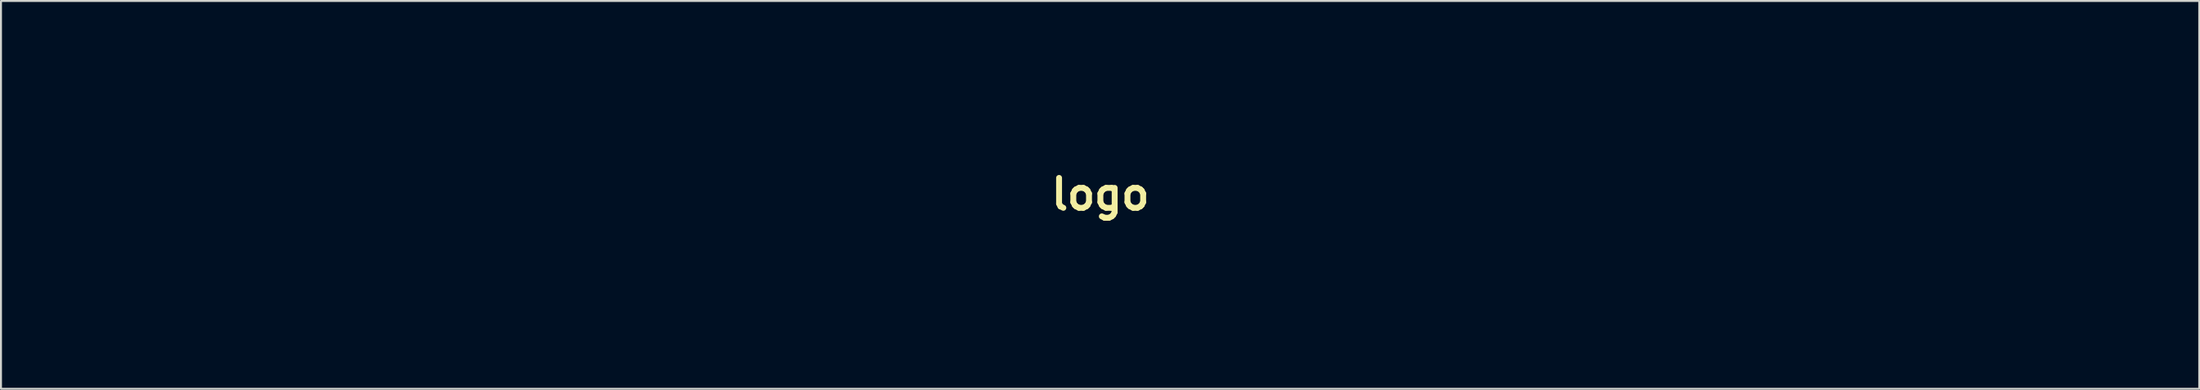
<source format=kicad_pcb>
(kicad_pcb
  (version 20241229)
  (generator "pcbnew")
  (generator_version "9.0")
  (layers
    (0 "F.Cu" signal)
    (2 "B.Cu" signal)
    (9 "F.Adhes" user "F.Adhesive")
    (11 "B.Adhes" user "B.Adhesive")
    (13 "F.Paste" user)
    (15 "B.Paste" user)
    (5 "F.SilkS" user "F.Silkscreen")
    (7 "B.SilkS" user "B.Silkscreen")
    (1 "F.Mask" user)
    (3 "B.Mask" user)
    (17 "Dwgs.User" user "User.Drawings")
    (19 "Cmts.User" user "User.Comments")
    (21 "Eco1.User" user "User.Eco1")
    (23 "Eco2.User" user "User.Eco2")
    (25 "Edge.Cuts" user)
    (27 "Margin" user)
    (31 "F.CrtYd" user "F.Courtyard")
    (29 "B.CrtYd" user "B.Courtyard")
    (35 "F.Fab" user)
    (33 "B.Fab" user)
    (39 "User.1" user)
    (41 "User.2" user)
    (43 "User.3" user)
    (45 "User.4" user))
  (footprint "logo"
    (layer "F.Cu")
    (at 52.99 6.851)
    (property "Reference" "logo" (at 0 0 0) (layer "F.SilkS") (effects (font (size 1.524 1.524) (thickness 0.3))))
    (attr through_hole)
    (fp_poly (pts (xy 33.08 -1.068) (xy 33.741 -1.066) (xy 34.383 -1.064) (xy 34.998 -1.062) (xy 35.579 -1.058) (xy 36.117 -1.054) (xy 36.604 -1.05) (xy 37.032 -1.044) (xy 37.393 -1.038) (xy 37.68 -1.031) (xy 37.884 -1.024) (xy 37.996 -1.016) (xy 38.012 -1.013) (xy 38.242 -0.905) (xy 38.46 -0.725) (xy 38.634 -0.5) (xy 38.667 -0.442) (xy 38.743 -0.213) (xy 38.766 0.043) (xy 38.734 0.281) (xy 38.691 0.391) (xy 38.549 0.587) (xy 38.339 0.782) (xy 38.091 0.95) (xy 38.049 0.972) (xy 37.821 1.092) (xy 32.258 1.103) (xy 31.386 1.104) (xy 30.61 1.106) (xy 29.923 1.106) (xy 29.321 1.107) (xy 28.796 1.106) (xy 28.344 1.105) (xy 27.959 1.104) (xy 27.634 1.101) (xy 27.363 1.097) (xy 27.142 1.093) (xy 26.963 1.087) (xy 26.822 1.08) (xy 26.711 1.072) (xy 26.626 1.062) (xy 26.561 1.051) (xy 26.509 1.038) (xy 26.465 1.024) (xy 26.441 1.015) (xy 26.12 0.847) (xy 25.866 0.624) (xy 25.709 0.39) (xy 25.621 0.134) (xy 25.619 -0.113) (xy 25.702 -0.378) (xy 25.734 -0.446) (xy 25.919 -0.731) (xy 26.145 -0.924) (xy 26.354 -1.014) (xy 26.435 -1.022) (xy 26.609 -1.03) (xy 26.869 -1.037) (xy 27.206 -1.043) (xy 27.613 -1.048) (xy 28.081 -1.053) (xy 28.603 -1.058) (xy 29.171 -1.061) (xy 29.775 -1.064) (xy 30.409 -1.066) (xy 31.065 -1.067) (xy 31.734 -1.068) (xy 32.408 -1.068) (xy 33.08 -1.068)) (stroke (width 0.01) (type solid)) (fill yes) (layer "F.Mask"))
    (fp_poly (pts (xy 13.289 -6.498) (xy 13.574 -6.392) (xy 13.852 -6.189) (xy 13.929 -6.113) (xy 14.018 -6.019) (xy 14.091 -5.931) (xy 14.148 -5.838) (xy 14.192 -5.729) (xy 14.224 -5.592) (xy 14.247 -5.416) (xy 14.262 -5.189) (xy 14.27 -4.9) (xy 14.274 -4.538) (xy 14.275 -4.091) (xy 14.275 -3.86) (xy 14.275 -3.393) (xy 14.277 -3.016) (xy 14.281 -2.719) (xy 14.287 -2.49) (xy 14.297 -2.319) (xy 14.309 -2.195) (xy 14.326 -2.106) (xy 14.347 -2.042) (xy 14.359 -2.017) (xy 14.42 -1.929) (xy 14.54 -1.784) (xy 14.706 -1.597) (xy 14.905 -1.382) (xy 15.109 -1.168) (xy 15.421 -0.838) (xy 15.662 -0.563) (xy 15.837 -0.336) (xy 15.952 -0.152) (xy 16.129 0.178) (xy 16.143 2.816) (xy 16.146 3.505) (xy 16.146 4.096) (xy 16.144 4.591) (xy 16.139 4.996) (xy 16.131 5.312) (xy 16.12 5.543) (xy 16.107 5.693) (xy 16.1 5.732) (xy 15.99 6.02) (xy 15.792 6.283) (xy 15.518 6.513) (xy 15.18 6.698) (xy 14.791 6.827) (xy 14.778 6.831) (xy 14.412 6.887) (xy 14.008 6.9) (xy 13.616 6.87) (xy 13.4 6.83) (xy 12.987 6.689) (xy 12.628 6.485) (xy 12.43 6.319) (xy 12.374 6.267) (xy 12.324 6.223) (xy 12.279 6.181) (xy 12.24 6.136) (xy 12.206 6.082) (xy 12.177 6.013) (xy 12.152 5.923) (xy 12.13 5.807) (xy 12.113 5.659) (xy 12.098 5.473) (xy 12.086 5.244) (xy 12.077 4.965) (xy 12.07 4.632) (xy 12.065 4.237) (xy 12.061 3.776) (xy 12.058 3.242) (xy 12.056 2.631) (xy 12.054 1.936) (xy 12.053 1.151) (xy 12.051 0.271) (xy 12.05 0.178) (xy 12.048 -0.776) (xy 12.047 -1.632) (xy 12.047 -2.394) (xy 12.047 -3.066) (xy 12.049 -3.651) (xy 12.052 -4.154) (xy 12.055 -4.579) (xy 12.06 -4.928) (xy 12.066 -5.207) (xy 12.073 -5.418) (xy 12.081 -5.567) (xy 12.09 -5.655) (xy 12.094 -5.675) (xy 12.202 -5.913) (xy 12.379 -6.144) (xy 12.597 -6.337) (xy 12.718 -6.411) (xy 13.002 -6.504) (xy 13.289 -6.498)) (stroke (width 0.01) (type solid)) (fill yes) (layer "F.Mask"))
    (fp_poly (pts (xy -23.531 -6.533) (xy -23.261 -6.418) (xy -22.997 -6.201) (xy -22.94 -6.14) (xy -22.841 -6.027) (xy -22.76 -5.92) (xy -22.697 -5.809) (xy -22.648 -5.682) (xy -22.611 -5.526) (xy -22.586 -5.33) (xy -22.57 -5.083) (xy -22.561 -4.772) (xy -22.556 -4.386) (xy -22.555 -3.912) (xy -22.555 -3.799) (xy -22.555 -2.18) (xy -22.385 -1.915) (xy -22.295 -1.793) (xy -22.15 -1.615) (xy -21.963 -1.398) (xy -21.75 -1.16) (xy -21.547 -0.94) (xy -21.327 -0.707) (xy -21.146 -0.512) (xy -21.001 -0.342) (xy -20.887 -0.184) (xy -20.801 -0.024) (xy -20.737 0.149) (xy -20.693 0.35) (xy -20.665 0.591) (xy -20.647 0.885) (xy -20.637 1.246) (xy -20.63 1.685) (xy -20.625 2.057) (xy -20.618 2.522) (xy -20.611 2.896) (xy -20.605 3.191) (xy -20.597 3.417) (xy -20.587 3.585) (xy -20.574 3.707) (xy -20.558 3.794) (xy -20.538 3.856) (xy -20.512 3.905) (xy -20.484 3.946) (xy -20.273 4.176) (xy -19.974 4.4) (xy -19.71 4.553) (xy -19.431 4.699) (xy -15.748 4.724) (xy -14.996 4.73) (xy -14.34 4.736) (xy -13.776 4.742) (xy -13.298 4.749) (xy -12.902 4.757) (xy -12.582 4.765) (xy -12.334 4.774) (xy -12.152 4.784) (xy -12.031 4.795) (xy -11.967 4.808) (xy -11.958 4.811) (xy -11.833 4.909) (xy -11.687 5.061) (xy -11.552 5.231) (xy -11.462 5.373) (xy -11.362 5.664) (xy -11.361 5.946) (xy -11.456 6.211) (xy -11.646 6.455) (xy -11.929 6.672) (xy -12.055 6.744) (xy -12.319 6.883) (xy -16.891 6.895) (xy -17.678 6.897) (xy -18.371 6.898) (xy -18.975 6.899) (xy -19.497 6.899) (xy -19.943 6.899) (xy -20.321 6.897) (xy -20.637 6.894) (xy -20.896 6.89) (xy -21.107 6.885) (xy -21.275 6.879) (xy -21.407 6.871) (xy -21.51 6.861) (xy -21.59 6.85) (xy -21.653 6.837) (xy -21.707 6.822) (xy -21.737 6.812) (xy -21.816 6.78) (xy -21.898 6.737) (xy -21.99 6.675) (xy -22.102 6.587) (xy -22.242 6.464) (xy -22.418 6.299) (xy -22.639 6.086) (xy -22.914 5.815) (xy -23.251 5.481) (xy -23.278 5.454) (xy -23.661 5.07) (xy -23.974 4.75) (xy -24.222 4.489) (xy -24.41 4.283) (xy -24.541 4.125) (xy -24.621 4.013) (xy -24.643 3.971) (xy -24.659 3.931) (xy -24.673 3.884) (xy -24.686 3.826) (xy -24.697 3.749) (xy -24.706 3.646) (xy -24.714 3.513) (xy -24.721 3.342) (xy -24.726 3.127) (xy -24.73 2.861) (xy -24.733 2.539) (xy -24.736 2.154) (xy -24.737 1.7) (xy -24.739 1.17) (xy -24.739 0.558) (xy -24.74 -0.142) (xy -24.74 -0.937) (xy -24.74 -1.025) (xy -24.74 -1.848) (xy -24.74 -2.575) (xy -24.739 -3.213) (xy -24.738 -3.768) (xy -24.736 -4.246) (xy -24.732 -4.654) (xy -24.726 -4.996) (xy -24.718 -5.281) (xy -24.707 -5.513) (xy -24.692 -5.698) (xy -24.675 -5.844) (xy -24.653 -5.956) (xy -24.627 -6.041) (xy -24.596 -6.104) (xy -24.56 -6.152) (xy -24.518 -6.19) (xy -24.471 -6.226) (xy -24.417 -6.265) (xy -24.405 -6.274) (xy -24.101 -6.461) (xy -23.811 -6.547) (xy -23.531 -6.533)) (stroke (width 0.01) (type solid)) (fill yes) (layer "F.Mask"))
    (fp_poly (pts (xy 19.999 -6.8) (xy 20.719 -6.799) (xy 21.467 -6.797) (xy 21.644 -6.797) (xy 27.312 -6.782) (xy 27.613 -6.628) (xy 27.891 -6.442) (xy 28.093 -6.213) (xy 28.214 -5.955) (xy 28.246 -5.681) (xy 28.185 -5.405) (xy 28.163 -5.356) (xy 28.031 -5.16) (xy 27.831 -4.963) (xy 27.593 -4.791) (xy 27.441 -4.709) (xy 27.373 -4.68) (xy 27.301 -4.656) (xy 27.214 -4.637) (xy 27.101 -4.622) (xy 26.95 -4.61) (xy 26.75 -4.6) (xy 26.489 -4.592) (xy 26.157 -4.585) (xy 25.742 -4.578) (xy 25.425 -4.573) (xy 23.647 -4.547) (xy 23.454 -4.398) (xy 23.318 -4.275) (xy 23.166 -4.107) (xy 23.06 -3.971) (xy 22.86 -3.692) (xy 22.86 -2.936) (xy 22.862 -2.644) (xy 22.873 -2.406) (xy 22.9 -2.207) (xy 22.952 -2.03) (xy 23.036 -1.859) (xy 23.161 -1.678) (xy 23.333 -1.469) (xy 23.562 -1.217) (xy 23.796 -0.965) (xy 24.054 -0.687) (xy 24.248 -0.468) (xy 24.391 -0.294) (xy 24.491 -0.152) (xy 24.558 -0.029) (xy 24.59 0.045) (xy 24.612 0.108) (xy 24.631 0.174) (xy 24.647 0.251) (xy 24.659 0.349) (xy 24.669 0.476) (xy 24.676 0.641) (xy 24.68 0.853) (xy 24.683 1.121) (xy 24.684 1.454) (xy 24.683 1.86) (xy 24.681 2.349) (xy 24.678 2.93) (xy 24.678 3.016) (xy 24.675 3.609) (xy 24.671 4.108) (xy 24.668 4.523) (xy 24.664 4.863) (xy 24.659 5.136) (xy 24.652 5.35) (xy 24.644 5.515) (xy 24.634 5.639) (xy 24.621 5.73) (xy 24.606 5.798) (xy 24.587 5.851) (xy 24.564 5.898) (xy 24.553 5.918) (xy 24.394 6.146) (xy 24.176 6.372) (xy 23.933 6.564) (xy 23.789 6.65) (xy 23.421 6.789) (xy 22.996 6.876) (xy 22.546 6.907) (xy 22.101 6.879) (xy 21.952 6.854) (xy 21.606 6.746) (xy 21.294 6.559) (xy 21.017 6.303) (xy 20.942 6.225) (xy 20.876 6.158) (xy 20.818 6.096) (xy 20.768 6.033) (xy 20.726 5.961) (xy 20.69 5.874) (xy 20.66 5.766) (xy 20.635 5.63) (xy 20.616 5.459) (xy 20.601 5.248) (xy 20.59 4.988) (xy 20.582 4.675) (xy 20.577 4.3) (xy 20.574 3.859) (xy 20.573 3.343) (xy 20.573 2.747) (xy 20.573 2.064) (xy 20.573 1.287) (xy 20.573 1.11) (xy 20.573 0.326) (xy 20.572 -0.363) (xy 20.571 -0.964) (xy 20.57 -1.482) (xy 20.568 -1.924) (xy 20.565 -2.298) (xy 20.562 -2.608) (xy 20.557 -2.863) (xy 20.551 -3.067) (xy 20.545 -3.229) (xy 20.536 -3.353) (xy 20.526 -3.447) (xy 20.515 -3.518) (xy 20.501 -3.571) (xy 20.486 -3.613) (xy 20.477 -3.632) (xy 20.297 -3.947) (xy 20.07 -4.229) (xy 19.855 -4.419) (xy 19.644 -4.572) (xy 17.985 -4.572) (xy 17.481 -4.573) (xy 17.067 -4.577) (xy 16.731 -4.584) (xy 16.462 -4.598) (xy 16.248 -4.619) (xy 16.077 -4.648) (xy 15.938 -4.688) (xy 15.819 -4.74) (xy 15.708 -4.804) (xy 15.605 -4.876) (xy 15.351 -5.111) (xy 15.182 -5.38) (xy 15.102 -5.671) (xy 15.116 -5.97) (xy 15.16 -6.119) (xy 15.271 -6.33) (xy 15.425 -6.525) (xy 15.6 -6.681) (xy 15.77 -6.771) (xy 15.809 -6.781) (xy 15.881 -6.785) (xy 16.048 -6.788) (xy 16.304 -6.791) (xy 16.641 -6.794) (xy 17.052 -6.796) (xy 17.532 -6.798) (xy 18.074 -6.799) (xy 18.67 -6.8) (xy 19.314 -6.8) (xy 19.999 -6.8)) (stroke (width 0.01) (type solid)) (fill yes) (layer "F.Mask"))
    (fp_poly (pts (xy -42.24 -6.722) (xy -42.158 -6.661) (xy -42.014 -6.536) (xy -41.818 -6.357) (xy -41.58 -6.132) (xy -41.309 -5.87) (xy -41.015 -5.581) (xy -40.734 -5.3) (xy -40.381 -4.944) (xy -40.095 -4.651) (xy -39.867 -4.415) (xy -39.693 -4.227) (xy -39.563 -4.079) (xy -39.473 -3.965) (xy -39.415 -3.877) (xy -39.382 -3.806) (xy -39.375 -3.785) (xy -39.351 -3.638) (xy -39.334 -3.415) (xy -39.324 -3.143) (xy -39.321 -2.847) (xy -39.325 -2.553) (xy -39.336 -2.286) (xy -39.354 -2.074) (xy -39.375 -1.956) (xy -39.4 -1.891) (xy -39.448 -1.81) (xy -39.526 -1.707) (xy -39.639 -1.574) (xy -39.796 -1.403) (xy -40.002 -1.186) (xy -40.264 -0.917) (xy -40.59 -0.588) (xy -40.755 -0.421) (xy -41.124 -0.053) (xy -41.429 0.249) (xy -41.68 0.491) (xy -41.882 0.679) (xy -42.043 0.821) (xy -42.17 0.923) (xy -42.272 0.991) (xy -42.338 1.026) (xy -42.396 1.052) (xy -42.455 1.074) (xy -42.521 1.092) (xy -42.606 1.107) (xy -42.716 1.119) (xy -42.862 1.129) (xy -43.052 1.137) (xy -43.294 1.144) (xy -43.598 1.15) (xy -43.973 1.155) (xy -44.427 1.16) (xy -44.969 1.165) (xy -45.293 1.168) (xy -47.99 1.194) (xy -48.231 1.391) (xy -48.404 1.549) (xy -48.583 1.737) (xy -48.671 1.84) (xy -48.87 2.092) (xy -48.87 3.755) (xy -48.87 4.262) (xy -48.874 4.68) (xy -48.881 5.019) (xy -48.896 5.291) (xy -48.918 5.507) (xy -48.951 5.678) (xy -48.996 5.817) (xy -49.054 5.935) (xy -49.129 6.043) (xy -49.221 6.153) (xy -49.273 6.21) (xy -49.596 6.5) (xy -49.965 6.707) (xy -50.347 6.831) (xy -50.652 6.879) (xy -51.004 6.9) (xy -51.356 6.892) (xy -51.65 6.855) (xy -52.027 6.734) (xy -52.371 6.533) (xy -52.662 6.268) (xy -52.877 5.955) (xy -52.879 5.95) (xy -52.896 5.917) (xy -52.91 5.882) (xy -52.923 5.838) (xy -52.934 5.779) (xy -52.944 5.701) (xy -52.952 5.597) (xy -52.959 5.462) (xy -52.965 5.29) (xy -52.97 5.075) (xy -52.974 4.812) (xy -52.978 4.495) (xy -52.98 4.117) (xy -52.982 3.675) (xy -52.983 3.161) (xy -52.984 2.569) (xy -52.984 1.896) (xy -52.984 1.133) (xy -52.984 0.277) (xy -52.984 -0.003) (xy -52.985 -0.906) (xy -52.985 -1.713) (xy -52.985 -2.43) (xy -52.985 -2.647) (xy -50.75 -2.647) (xy -50.743 -2.379) (xy -50.729 -2.153) (xy -50.708 -1.992) (xy -50.695 -1.946) (xy -50.583 -1.755) (xy -50.397 -1.558) (xy -50.162 -1.377) (xy -49.962 -1.263) (xy -49.657 -1.117) (xy -46.076 -1.13) (xy -42.494 -1.143) (xy -42.26 -1.306) (xy -41.987 -1.556) (xy -41.776 -1.879) (xy -41.633 -2.264) (xy -41.562 -2.7) (xy -41.554 -2.899) (xy -41.585 -3.294) (xy -41.673 -3.662) (xy -41.81 -3.989) (xy -41.988 -4.255) (xy -42.2 -4.445) (xy -42.267 -4.483) (xy -42.306 -4.5) (xy -42.357 -4.515) (xy -42.426 -4.527) (xy -42.521 -4.538) (xy -42.648 -4.546) (xy -42.816 -4.554) (xy -43.03 -4.559) (xy -43.299 -4.564) (xy -43.629 -4.567) (xy -44.028 -4.569) (xy -44.503 -4.571) (xy -45.06 -4.572) (xy -45.708 -4.572) (xy -46.155 -4.572) (xy -49.866 -4.572) (xy -50.093 -4.428) (xy -50.357 -4.22) (xy -50.569 -3.974) (xy -50.681 -3.774) (xy -50.707 -3.656) (xy -50.728 -3.46) (xy -50.742 -3.211) (xy -50.749 -2.932) (xy -50.75 -2.647) (xy -52.985 -2.647) (xy -52.985 -3.062) (xy -52.983 -3.616) (xy -52.981 -4.096) (xy -52.976 -4.509) (xy -52.97 -4.861) (xy -52.961 -5.156) (xy -52.95 -5.4) (xy -52.935 -5.601) (xy -52.916 -5.762) (xy -52.894 -5.89) (xy -52.868 -5.99) (xy -52.836 -6.068) (xy -52.8 -6.13) (xy -52.758 -6.182) (xy -52.711 -6.229) (xy -52.657 -6.276) (xy -52.597 -6.33) (xy -52.57 -6.357) (xy -52.404 -6.502) (xy -52.226 -6.631) (xy -52.111 -6.698) (xy -52.072 -6.715) (xy -52.03 -6.731) (xy -51.979 -6.745) (xy -51.911 -6.757) (xy -51.821 -6.767) (xy -51.703 -6.776) (xy -51.55 -6.783) (xy -51.355 -6.79) (xy -51.112 -6.795) (xy -50.816 -6.799) (xy -50.458 -6.803) (xy -50.034 -6.806) (xy -49.537 -6.809) (xy -48.96 -6.811) (xy -48.297 -6.814) (xy -47.542 -6.816) (xy -47.168 -6.818) (xy -42.443 -6.833) (xy -42.24 -6.722)) (stroke (width 0.01) (type solid)) (fill yes) (layer "F.Mask"))
    (fp_poly (pts (xy 8.577 -6.545) (xy 8.889 -6.493) (xy 9.125 -6.375) (xy 9.287 -6.188) (xy 9.376 -5.929) (xy 9.398 -5.67) (xy 9.398 -5.386) (xy 7.339 -3.293) (xy 6.964 -2.91) (xy 6.611 -2.548) (xy 6.287 -2.213) (xy 5.998 -1.912) (xy 5.751 -1.652) (xy 5.551 -1.438) (xy 5.405 -1.278) (xy 5.32 -1.179) (xy 5.299 -1.147) (xy 5.355 -1.128) (xy 5.512 -1.111) (xy 5.77 -1.097) (xy 6.128 -1.084) (xy 6.588 -1.073) (xy 6.913 -1.067) (xy 7.358 -1.06) (xy 7.713 -1.053) (xy 7.99 -1.046) (xy 8.201 -1.037) (xy 8.358 -1.026) (xy 8.472 -1.012) (xy 8.556 -0.993) (xy 8.621 -0.969) (xy 8.679 -0.939) (xy 8.712 -0.919) (xy 8.806 -0.848) (xy 8.958 -0.716) (xy 9.158 -0.533) (xy 9.394 -0.311) (xy 9.656 -0.058) (xy 9.933 0.213) (xy 10.215 0.492) (xy 10.491 0.77) (xy 10.751 1.034) (xy 10.983 1.275) (xy 11.178 1.482) (xy 11.324 1.645) (xy 11.411 1.753) (xy 11.427 1.778) (xy 11.484 1.903) (xy 11.53 2.04) (xy 11.566 2.203) (xy 11.592 2.404) (xy 11.611 2.654) (xy 11.624 2.967) (xy 11.631 3.353) (xy 11.633 3.826) (xy 11.633 3.956) (xy 11.632 4.436) (xy 11.627 4.828) (xy 11.616 5.143) (xy 11.598 5.395) (xy 11.571 5.594) (xy 11.533 5.755) (xy 11.482 5.889) (xy 11.416 6.009) (xy 11.334 6.128) (xy 11.312 6.157) (xy 11.075 6.403) (xy 10.815 6.551) (xy 10.537 6.601) (xy 10.248 6.551) (xy 10.01 6.439) (xy 9.83 6.313) (xy 9.662 6.167) (xy 9.58 6.079) (xy 9.423 5.884) (xy 9.398 4.072) (xy 9.373 2.261) (xy 9.238 2.007) (xy 9.078 1.756) (xy 8.885 1.533) (xy 8.683 1.362) (xy 8.553 1.289) (xy 8.497 1.273) (xy 8.407 1.26) (xy 8.276 1.248) (xy 8.096 1.239) (xy 7.859 1.232) (xy 7.556 1.227) (xy 7.182 1.223) (xy 6.727 1.221) (xy 6.184 1.219) (xy 5.712 1.219) (xy 5.105 1.219) (xy 4.592 1.219) (xy 4.162 1.221) (xy 3.808 1.225) (xy 3.519 1.232) (xy 3.288 1.244) (xy 3.105 1.261) (xy 2.961 1.285) (xy 2.848 1.315) (xy 2.756 1.355) (xy 2.677 1.404) (xy 2.602 1.463) (xy 2.522 1.533) (xy 2.463 1.586) (xy 2.351 1.686) (xy 2.26 1.776) (xy 2.189 1.868) (xy 2.134 1.974) (xy 2.094 2.105) (xy 2.066 2.272) (xy 2.048 2.489) (xy 2.038 2.765) (xy 2.033 3.114) (xy 2.032 3.546) (xy 2.032 3.821) (xy 2.032 5.461) (xy 1.879 5.785) (xy 1.658 6.168) (xy 1.399 6.462) (xy 1.091 6.675) (xy 0.727 6.813) (xy 0.658 6.83) (xy 0.347 6.879) (xy -0.005 6.901) (xy -0.357 6.894) (xy -0.67 6.86) (xy -0.787 6.835) (xy -0.967 6.785) (xy -1.129 6.733) (xy -1.183 6.713) (xy -1.341 6.619) (xy -1.526 6.465) (xy -1.711 6.276) (xy -1.869 6.081) (xy -1.961 5.934) (xy -2.083 5.693) (xy -2.083 0.014) (xy -2.082 -0.995) (xy -2.081 -1.912) (xy -2.078 -2.737) (xy -2.075 -3.467) (xy -2.07 -4.101) (xy -2.065 -4.64) (xy -2.059 -5.082) (xy -2.052 -5.425) (xy -2.044 -5.67) (xy -2.036 -5.814) (xy -2.03 -5.852) (xy -1.946 -6.018) (xy -1.795 -6.195) (xy -1.607 -6.357) (xy -1.41 -6.476) (xy -1.336 -6.506) (xy -1.052 -6.549) (xy -0.766 -6.5) (xy -0.496 -6.366) (xy -0.26 -6.155) (xy -0.148 -6.005) (xy -0.069 -5.875) (xy -0.005 -5.751) (xy 0.045 -5.622) (xy 0.084 -5.475) (xy 0.112 -5.296) (xy 0.131 -5.075) (xy 0.143 -4.798) (xy 0.149 -4.453) (xy 0.152 -4.027) (xy 0.152 -3.682) (xy 0.152 -2.1) (xy 0.343 -1.829) (xy 0.565 -1.559) (xy 0.807 -1.361) (xy 1.089 -1.227) (xy 1.426 -1.148) (xy 1.835 -1.118) (xy 1.932 -1.118) (xy 2.076 -1.116) (xy 2.201 -1.115) (xy 2.315 -1.12) (xy 2.421 -1.133) (xy 2.527 -1.161) (xy 2.639 -1.208) (xy 2.761 -1.278) (xy 2.901 -1.375) (xy 3.064 -1.506) (xy 3.256 -1.673) (xy 3.483 -1.882) (xy 3.751 -2.137) (xy 4.065 -2.443) (xy 4.433 -2.804) (xy 4.859 -3.225) (xy 5.35 -3.711) (xy 5.558 -3.917) (xy 8.236 -6.564) (xy 8.577 -6.545)) (stroke (width 0.01) (type solid)) (fill yes) (layer "F.Mask"))
    (fp_poly (pts (xy -3.306 -6.486) (xy -3.052 -6.342) (xy -2.834 -6.124) (xy -2.818 -6.102) (xy -2.729 -5.973) (xy -2.658 -5.845) (xy -2.601 -5.706) (xy -2.559 -5.544) (xy -2.529 -5.347) (xy -2.509 -5.102) (xy -2.498 -4.798) (xy -2.494 -4.423) (xy -2.496 -3.964) (xy -2.498 -3.708) (xy -2.503 -3.27) (xy -2.508 -2.921) (xy -2.514 -2.648) (xy -2.522 -2.439) (xy -2.533 -2.281) (xy -2.548 -2.16) (xy -2.568 -2.066) (xy -2.594 -1.984) (xy -2.627 -1.903) (xy -2.642 -1.869) (xy -2.68 -1.791) (xy -2.734 -1.704) (xy -2.81 -1.6) (xy -2.915 -1.473) (xy -3.053 -1.316) (xy -3.233 -1.121) (xy -3.46 -0.881) (xy -3.74 -0.59) (xy -4.08 -0.241) (xy -4.45 0.138) (xy -4.793 0.489) (xy -5.115 0.823) (xy -5.411 1.132) (xy -5.671 1.407) (xy -5.889 1.642) (xy -6.058 1.827) (xy -6.17 1.956) (xy -6.215 2.017) (xy -6.239 2.074) (xy -6.258 2.15) (xy -6.272 2.257) (xy -6.283 2.406) (xy -6.291 2.608) (xy -6.296 2.874) (xy -6.298 3.217) (xy -6.299 3.646) (xy -6.299 3.798) (xy -6.3 4.3) (xy -6.303 4.712) (xy -6.312 5.046) (xy -6.327 5.313) (xy -6.35 5.525) (xy -6.385 5.694) (xy -6.432 5.832) (xy -6.493 5.95) (xy -6.572 6.059) (xy -6.669 6.173) (xy -6.71 6.218) (xy -7.039 6.504) (xy -7.433 6.715) (xy -7.886 6.85) (xy -8.389 6.904) (xy -8.507 6.905) (xy -8.748 6.894) (xy -8.992 6.866) (xy -9.188 6.829) (xy -9.194 6.827) (xy -9.553 6.695) (xy -9.859 6.497) (xy -10.129 6.223) (xy -10.357 5.893) (xy -10.387 5.84) (xy -10.411 5.782) (xy -10.429 5.708) (xy -10.442 5.607) (xy -10.452 5.466) (xy -10.458 5.275) (xy -10.462 5.021) (xy -10.464 4.693) (xy -10.465 4.28) (xy -10.465 4.088) (xy -10.465 2.461) (xy -10.639 2.107) (xy -10.687 2.015) (xy -10.746 1.919) (xy -10.822 1.813) (xy -10.921 1.688) (xy -11.051 1.538) (xy -11.219 1.354) (xy -11.431 1.128) (xy -11.693 0.854) (xy -12.013 0.523) (xy -12.398 0.129) (xy -12.419 0.107) (xy -12.889 -0.376) (xy -13.284 -0.79) (xy -13.606 -1.133) (xy -13.854 -1.407) (xy -14.028 -1.611) (xy -14.129 -1.745) (xy -14.147 -1.776) (xy -14.179 -1.843) (xy -14.205 -1.91) (xy -14.226 -1.989) (xy -14.243 -2.091) (xy -14.257 -2.227) (xy -14.268 -2.41) (xy -14.277 -2.65) (xy -14.286 -2.958) (xy -14.294 -3.347) (xy -14.303 -3.763) (xy -14.313 -4.252) (xy -14.319 -4.652) (xy -14.321 -4.973) (xy -14.317 -5.229) (xy -14.306 -5.43) (xy -14.285 -5.588) (xy -14.255 -5.715) (xy -14.214 -5.824) (xy -14.159 -5.925) (xy -14.091 -6.031) (xy -14.035 -6.112) (xy -13.822 -6.342) (xy -13.57 -6.486) (xy -13.297 -6.545) (xy -13.018 -6.519) (xy -12.749 -6.408) (xy -12.507 -6.211) (xy -12.417 -6.102) (xy -12.331 -5.98) (xy -12.261 -5.864) (xy -12.207 -5.74) (xy -12.165 -5.596) (xy -12.135 -5.421) (xy -12.114 -5.201) (xy -12.101 -4.925) (xy -12.093 -4.58) (xy -12.09 -4.155) (xy -12.09 -3.813) (xy -12.09 -3.375) (xy -12.088 -3.026) (xy -12.085 -2.754) (xy -12.08 -2.546) (xy -12.071 -2.39) (xy -12.057 -2.274) (xy -12.039 -2.185) (xy -12.015 -2.111) (xy -11.984 -2.04) (xy -11.968 -2.007) (xy -11.911 -1.91) (xy -11.816 -1.784) (xy -11.677 -1.621) (xy -11.488 -1.415) (xy -11.242 -1.158) (xy -10.933 -0.845) (xy -10.635 -0.548) (xy -10.286 -0.2) (xy -9.998 0.083) (xy -9.76 0.308) (xy -9.563 0.482) (xy -9.395 0.611) (xy -9.246 0.702) (xy -9.104 0.762) (xy -8.958 0.797) (xy -8.798 0.814) (xy -8.614 0.819) (xy -8.398 0.82) (xy -8.185 0.819) (xy -8.004 0.812) (xy -7.846 0.792) (xy -7.699 0.753) (xy -7.553 0.687) (xy -7.398 0.588) (xy -7.222 0.45) (xy -7.015 0.265) (xy -6.766 0.028) (xy -6.465 -0.269) (xy -6.162 -0.57) (xy -5.814 -0.919) (xy -5.532 -1.207) (xy -5.31 -1.439) (xy -5.14 -1.626) (xy -5.015 -1.775) (xy -4.929 -1.892) (xy -4.874 -1.988) (xy -4.867 -2.003) (xy -4.835 -2.076) (xy -4.809 -2.151) (xy -4.789 -2.237) (xy -4.773 -2.347) (xy -4.76 -2.492) (xy -4.751 -2.685) (xy -4.743 -2.937) (xy -4.736 -3.26) (xy -4.729 -3.666) (xy -4.724 -3.962) (xy -4.717 -4.424) (xy -4.711 -4.796) (xy -4.703 -5.089) (xy -4.695 -5.315) (xy -4.685 -5.484) (xy -4.671 -5.609) (xy -4.654 -5.701) (xy -4.633 -5.771) (xy -4.606 -5.831) (xy -4.586 -5.867) (xy -4.448 -6.092) (xy -4.307 -6.257) (xy -4.129 -6.398) (xy -4.095 -6.421) (xy -3.846 -6.53) (xy -3.577 -6.55) (xy -3.306 -6.486)) (stroke (width 0.01) (type solid)) (fill yes) (layer "F.Mask"))
    (fp_poly (pts (xy 50.358 -6.845) (xy 50.709 -6.841) (xy 51.005 -6.834) (xy 51.252 -6.825) (xy 51.455 -6.812) (xy 51.619 -6.796) (xy 51.751 -6.777) (xy 51.857 -6.753) (xy 51.942 -6.726) (xy 52.012 -6.694) (xy 52.073 -6.657) (xy 52.131 -6.616) (xy 52.191 -6.569) (xy 52.231 -6.538) (xy 52.471 -6.321) (xy 52.617 -6.101) (xy 52.677 -5.865) (xy 52.68 -5.8) (xy 52.631 -5.491) (xy 52.486 -5.208) (xy 52.249 -4.956) (xy 51.924 -4.741) (xy 51.868 -4.712) (xy 51.638 -4.597) (xy 42.393 -4.547) (xy 42.148 -4.377) (xy 41.847 -4.109) (xy 41.627 -3.783) (xy 41.522 -3.514) (xy 41.474 -3.255) (xy 41.457 -2.945) (xy 41.47 -2.62) (xy 41.51 -2.315) (xy 41.577 -2.065) (xy 41.595 -2.021) (xy 41.74 -1.773) (xy 41.941 -1.527) (xy 42.167 -1.317) (xy 42.34 -1.202) (xy 42.375 -1.184) (xy 42.413 -1.167) (xy 42.46 -1.153) (xy 42.521 -1.14) (xy 42.603 -1.129) (xy 42.712 -1.12) (xy 42.856 -1.112) (xy 43.039 -1.105) (xy 43.27 -1.099) (xy 43.553 -1.094) (xy 43.896 -1.089) (xy 44.304 -1.085) (xy 44.785 -1.081) (xy 45.344 -1.077) (xy 45.989 -1.074) (xy 46.724 -1.069) (xy 47.219 -1.067) (xy 48.081 -1.062) (xy 48.846 -1.056) (xy 49.517 -1.051) (xy 50.099 -1.045) (xy 50.595 -1.038) (xy 51.009 -1.031) (xy 51.345 -1.023) (xy 51.607 -1.015) (xy 51.799 -1.006) (xy 51.925 -0.996) (xy 51.988 -0.985) (xy 51.995 -0.982) (xy 52.114 -0.891) (xy 52.268 -0.741) (xy 52.435 -0.559) (xy 52.591 -0.369) (xy 52.714 -0.197) (xy 52.742 -0.152) (xy 52.873 0.076) (xy 52.929 2.718) (xy 52.939 3.232) (xy 52.946 3.72) (xy 52.952 4.172) (xy 52.955 4.577) (xy 52.956 4.924) (xy 52.954 5.205) (xy 52.95 5.407) (xy 52.944 5.522) (xy 52.941 5.538) (xy 52.811 5.885) (xy 52.599 6.215) (xy 52.323 6.503) (xy 52.005 6.726) (xy 51.943 6.758) (xy 51.689 6.883) (xy 46.152 6.892) (xy 45.408 6.893) (xy 44.691 6.893) (xy 44.008 6.893) (xy 43.366 6.891) (xy 42.771 6.889) (xy 42.229 6.887) (xy 41.748 6.884) (xy 41.335 6.881) (xy 40.996 6.877) (xy 40.737 6.872) (xy 40.566 6.867) (xy 40.49 6.862) (xy 40.487 6.862) (xy 40.169 6.718) (xy 39.862 6.499) (xy 39.593 6.226) (xy 39.389 5.924) (xy 39.35 5.845) (xy 39.216 5.547) (xy 39.223 2.745) (xy 41.457 2.745) (xy 41.461 3.123) (xy 41.524 3.488) (xy 41.647 3.824) (xy 41.647 3.826) (xy 41.853 4.154) (xy 42.106 4.405) (xy 42.395 4.57) (xy 42.467 4.596) (xy 42.565 4.61) (xy 42.753 4.623) (xy 43.022 4.634) (xy 43.361 4.645) (xy 43.759 4.653) (xy 44.207 4.661) (xy 44.693 4.667) (xy 45.207 4.671) (xy 45.739 4.674) (xy 46.278 4.676) (xy 46.813 4.676) (xy 47.334 4.674) (xy 47.83 4.671) (xy 48.292 4.667) (xy 48.708 4.66) (xy 49.068 4.652) (xy 49.361 4.642) (xy 49.577 4.631) (xy 49.706 4.617) (xy 49.722 4.614) (xy 49.933 4.529) (xy 50.138 4.373) (xy 50.193 4.32) (xy 50.382 4.089) (xy 50.52 3.818) (xy 50.615 3.489) (xy 50.67 3.086) (xy 50.683 2.896) (xy 50.693 2.648) (xy 50.692 2.473) (xy 50.676 2.339) (xy 50.642 2.219) (xy 50.585 2.082) (xy 50.583 2.076) (xy 50.447 1.829) (xy 50.274 1.595) (xy 50.088 1.404) (xy 49.93 1.292) (xy 49.89 1.278) (xy 49.823 1.266) (xy 49.723 1.255) (xy 49.584 1.246) (xy 49.398 1.239) (xy 49.158 1.233) (xy 48.859 1.228) (xy 48.493 1.225) (xy 48.053 1.222) (xy 47.534 1.221) (xy 46.928 1.22) (xy 46.228 1.219) (xy 46.065 1.219) (xy 45.358 1.219) (xy 44.744 1.22) (xy 44.218 1.221) (xy 43.772 1.223) (xy 43.4 1.225) (xy 43.093 1.229) (xy 42.845 1.234) (xy 42.648 1.24) (xy 42.496 1.248) (xy 42.381 1.257) (xy 42.297 1.268) (xy 42.235 1.282) (xy 42.19 1.297) (xy 42.165 1.308) (xy 41.938 1.476) (xy 41.75 1.722) (xy 41.605 2.027) (xy 41.506 2.374) (xy 41.457 2.745) (xy 39.223 2.745) (xy 39.23 -0.008) (xy 39.243 -5.563) (xy 39.378 -5.851) (xy 39.494 -6.058) (xy 39.643 -6.27) (xy 39.731 -6.375) (xy 39.785 -6.438) (xy 39.831 -6.493) (xy 39.874 -6.542) (xy 39.919 -6.585) (xy 39.973 -6.623) (xy 40.042 -6.656) (xy 40.131 -6.684) (xy 40.245 -6.708) (xy 40.392 -6.728) (xy 40.575 -6.745) (xy 40.802 -6.759) (xy 41.078 -6.77) (xy 41.409 -6.78) (xy 41.8 -6.787) (xy 42.258 -6.794) (xy 42.787 -6.799) (xy 43.394 -6.804) (xy 44.085 -6.809) (xy 44.865 -6.815) (xy 45.741 -6.821) (xy 45.861 -6.822) (xy 46.762 -6.829) (xy 47.567 -6.835) (xy 48.282 -6.84) (xy 48.913 -6.844) (xy 49.466 -6.846) (xy 49.945 -6.846) (xy 50.358 -6.845)) (stroke (width 0.01) (type solid)) (fill yes) (layer "F.Mask"))
    (fp_poly (pts (xy -29.391 -6.823) (xy -29.085 -6.821) (xy -28.838 -6.817) (xy -28.642 -6.812) (xy -28.491 -6.805) (xy -28.376 -6.796) (xy -28.292 -6.786) (xy -28.23 -6.773) (xy -28.183 -6.758) (xy -28.146 -6.74) (xy -28.143 -6.739) (xy -28.066 -6.682) (xy -27.927 -6.561) (xy -27.736 -6.386) (xy -27.502 -6.166) (xy -27.234 -5.909) (xy -26.943 -5.625) (xy -26.682 -5.367) (xy -26.336 -5.022) (xy -26.056 -4.739) (xy -25.833 -4.511) (xy -25.661 -4.328) (xy -25.531 -4.183) (xy -25.437 -4.066) (xy -25.371 -3.97) (xy -25.326 -3.887) (xy -25.298 -3.821) (xy -25.278 -3.765) (xy -25.261 -3.706) (xy -25.247 -3.635) (xy -25.235 -3.545) (xy -25.225 -3.428) (xy -25.217 -3.277) (xy -25.211 -3.084) (xy -25.206 -2.842) (xy -25.202 -2.543) (xy -25.2 -2.179) (xy -25.198 -1.742) (xy -25.197 -1.227) (xy -25.197 -0.623) (xy -25.197 -0.007) (xy -25.197 0.692) (xy -25.198 1.297) (xy -25.199 1.815) (xy -25.202 2.253) (xy -25.205 2.62) (xy -25.21 2.922) (xy -25.216 3.167) (xy -25.223 3.362) (xy -25.232 3.515) (xy -25.243 3.633) (xy -25.256 3.723) (xy -25.271 3.793) (xy -25.277 3.813) (xy -25.302 3.889) (xy -25.334 3.962) (xy -25.381 4.042) (xy -25.451 4.137) (xy -25.55 4.254) (xy -25.686 4.403) (xy -25.867 4.592) (xy -26.098 4.828) (xy -26.389 5.121) (xy -26.687 5.419) (xy -27.033 5.765) (xy -27.317 6.046) (xy -27.545 6.27) (xy -27.727 6.443) (xy -27.871 6.573) (xy -27.984 6.667) (xy -28.076 6.733) (xy -28.155 6.777) (xy -28.228 6.808) (xy -28.292 6.829) (xy -28.357 6.844) (xy -28.439 6.858) (xy -28.547 6.87) (xy -28.686 6.879) (xy -28.866 6.887) (xy -29.093 6.894) (xy -29.374 6.899) (xy -29.718 6.902) (xy -30.131 6.905) (xy -30.622 6.906) (xy -31.197 6.907) (xy -31.864 6.907) (xy -32.077 6.907) (xy -32.762 6.907) (xy -33.354 6.906) (xy -33.859 6.905) (xy -34.285 6.902) (xy -34.641 6.899) (xy -34.932 6.895) (xy -35.168 6.89) (xy -35.356 6.883) (xy -35.502 6.874) (xy -35.616 6.864) (xy -35.705 6.851) (xy -35.775 6.836) (xy -35.835 6.819) (xy -35.859 6.811) (xy -35.938 6.78) (xy -36.019 6.737) (xy -36.111 6.676) (xy -36.222 6.588) (xy -36.361 6.467) (xy -36.535 6.303) (xy -36.755 6.091) (xy -37.028 5.822) (xy -37.362 5.489) (xy -37.398 5.454) (xy -37.783 5.067) (xy -38.098 4.745) (xy -38.347 4.482) (xy -38.535 4.274) (xy -38.666 4.116) (xy -38.744 4.004) (xy -38.763 3.969) (xy -38.781 3.924) (xy -38.798 3.873) (xy -38.811 3.811) (xy -38.823 3.728) (xy -38.833 3.619) (xy -38.841 3.475) (xy -38.847 3.29) (xy -38.852 3.057) (xy -38.856 2.767) (xy -38.859 2.415) (xy -38.86 1.992) (xy -38.861 1.492) (xy -38.862 0.907) (xy -38.862 0.229) (xy -38.862 0.051) (xy -36.627 0.051) (xy -36.627 0.75) (xy -36.626 1.354) (xy -36.625 1.871) (xy -36.624 2.309) (xy -36.622 2.674) (xy -36.618 2.974) (xy -36.614 3.216) (xy -36.607 3.407) (xy -36.6 3.555) (xy -36.59 3.667) (xy -36.579 3.751) (xy -36.565 3.812) (xy -36.549 3.86) (xy -36.531 3.901) (xy -36.527 3.907) (xy -36.356 4.147) (xy -36.109 4.359) (xy -35.948 4.455) (xy -35.867 4.496) (xy -35.791 4.532) (xy -35.709 4.562) (xy -35.616 4.587) (xy -35.503 4.608) (xy -35.361 4.625) (xy -35.184 4.638) (xy -34.964 4.647) (xy -34.693 4.654) (xy -34.362 4.659) (xy -33.965 4.661) (xy -33.494 4.662) (xy -32.94 4.661) (xy -32.296 4.659) (xy -31.953 4.658) (xy -28.524 4.648) (xy -28.296 4.53) (xy -27.979 4.318) (xy -27.718 4.049) (xy -27.553 3.785) (xy -27.52 3.711) (xy -27.493 3.64) (xy -27.472 3.559) (xy -27.457 3.456) (xy -27.446 3.319) (xy -27.439 3.136) (xy -27.435 2.894) (xy -27.434 2.58) (xy -27.433 2.184) (xy -27.433 1.956) (xy -27.433 1.482) (xy -27.434 1.096) (xy -27.443 0.783) (xy -27.463 0.528) (xy -27.499 0.319) (xy -27.556 0.139) (xy -27.638 -0.025) (xy -27.751 -0.187) (xy -27.898 -0.361) (xy -28.085 -0.562) (xy -28.316 -0.805) (xy -28.343 -0.833) (xy -28.563 -1.071) (xy -28.765 -1.3) (xy -28.937 -1.506) (xy -29.064 -1.67) (xy -29.13 -1.773) (xy -29.184 -1.9) (xy -29.225 -2.052) (xy -29.259 -2.251) (xy -29.288 -2.518) (xy -29.304 -2.699) (xy -29.346 -3.111) (xy -29.403 -3.44) (xy -29.481 -3.706) (xy -29.586 -3.929) (xy -29.724 -4.126) (xy -29.769 -4.179) (xy -29.841 -4.262) (xy -29.906 -4.333) (xy -29.971 -4.392) (xy -30.045 -4.44) (xy -30.137 -4.479) (xy -30.256 -4.509) (xy -30.409 -4.532) (xy -30.606 -4.549) (xy -30.855 -4.56) (xy -31.165 -4.567) (xy -31.545 -4.571) (xy -32.002 -4.572) (xy -32.545 -4.572) (xy -33.03 -4.572) (xy -35.743 -4.572) (xy -35.97 -4.428) (xy -36.235 -4.22) (xy -36.446 -3.974) (xy -36.558 -3.774) (xy -36.572 -3.724) (xy -36.584 -3.641) (xy -36.594 -3.516) (xy -36.602 -3.345) (xy -36.609 -3.121) (xy -36.615 -2.836) (xy -36.619 -2.486) (xy -36.622 -2.062) (xy -36.625 -1.559) (xy -36.626 -0.97) (xy -36.627 -0.289) (xy -36.627 0.051) (xy -38.862 0.051) (xy -38.862 -0.008) (xy -38.862 -3.763) (xy -38.74 -4.002) (xy -38.67 -4.102) (xy -38.536 -4.26) (xy -38.348 -4.464) (xy -38.119 -4.704) (xy -37.858 -4.969) (xy -37.578 -5.248) (xy -37.289 -5.531) (xy -37.002 -5.807) (xy -36.729 -6.064) (xy -36.48 -6.292) (xy -36.266 -6.48) (xy -36.099 -6.618) (xy -35.99 -6.694) (xy -35.985 -6.696) (xy -35.943 -6.716) (xy -35.899 -6.734) (xy -35.844 -6.749) (xy -35.771 -6.762) (xy -35.674 -6.772) (xy -35.544 -6.781) (xy -35.375 -6.789) (xy -35.159 -6.795) (xy -34.89 -6.8) (xy -34.559 -6.804) (xy -34.161 -6.807) (xy -33.686 -6.81) (xy -33.129 -6.813) (xy -32.482 -6.816) (xy -32.048 -6.818) (xy -31.342 -6.82) (xy -30.731 -6.822) (xy -30.206 -6.824) (xy -29.762 -6.824) (xy -29.391 -6.823)) (stroke (width 0.01) (type solid)) (fill yes) (layer "F.Mask")))
  (gr_rect
    (start -3 -3)
    (end 108.951 16.764)
    (stroke (width 0.1) (type default))
    (fill no)
    (layer "Edge.Cuts")))
</source>
